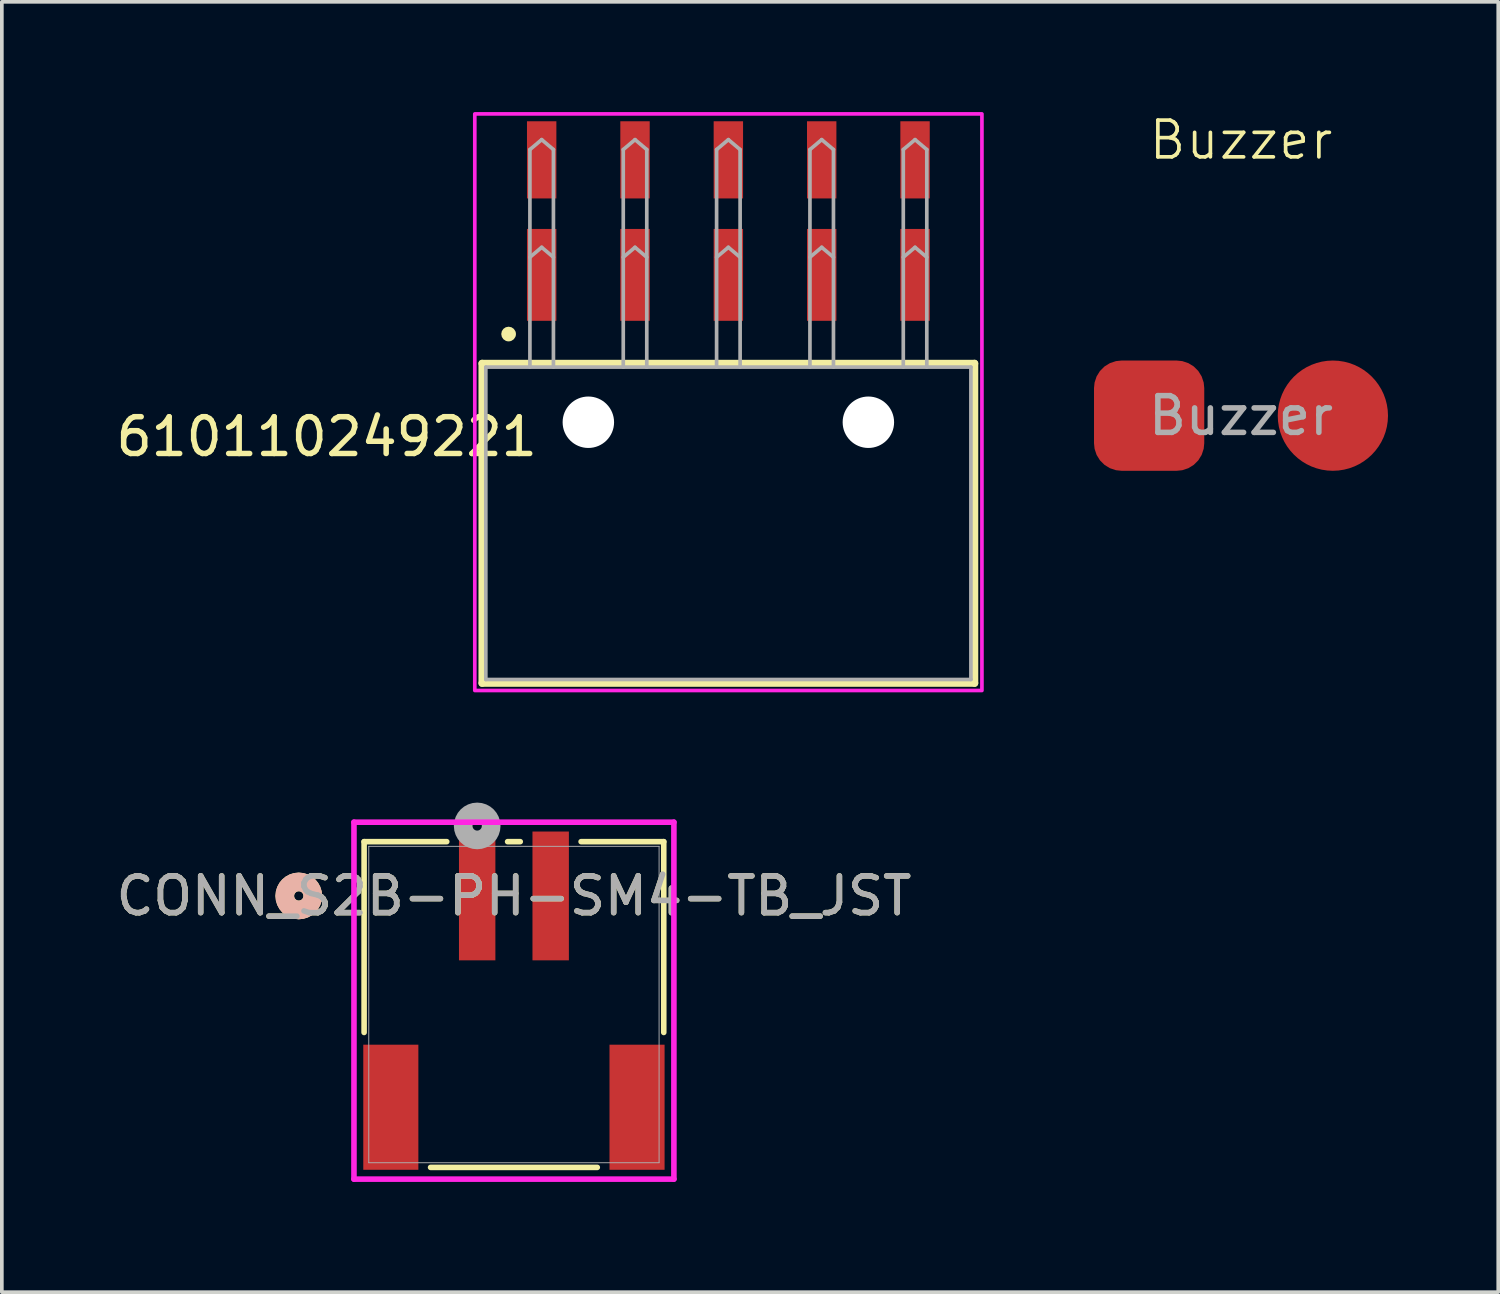
<source format=kicad_pcb>
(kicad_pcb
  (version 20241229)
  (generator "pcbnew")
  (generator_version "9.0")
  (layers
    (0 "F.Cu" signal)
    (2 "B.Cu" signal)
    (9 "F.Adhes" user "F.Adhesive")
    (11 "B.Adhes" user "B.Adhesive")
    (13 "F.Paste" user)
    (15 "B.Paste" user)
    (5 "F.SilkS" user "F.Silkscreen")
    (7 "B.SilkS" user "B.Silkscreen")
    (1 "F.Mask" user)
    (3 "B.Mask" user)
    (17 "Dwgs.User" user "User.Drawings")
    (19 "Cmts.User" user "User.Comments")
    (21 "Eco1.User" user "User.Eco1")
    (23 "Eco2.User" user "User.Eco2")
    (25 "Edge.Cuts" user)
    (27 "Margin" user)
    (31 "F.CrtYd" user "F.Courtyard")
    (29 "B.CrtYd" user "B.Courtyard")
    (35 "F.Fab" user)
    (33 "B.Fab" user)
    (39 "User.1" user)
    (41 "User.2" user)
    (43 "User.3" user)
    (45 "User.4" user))
  (footprint "610110249221"
    (layer "F.Cu")
    (at 16.77 11.19)
    (property "Reference" "610110249221" (at -10.931 -2.355 0) (layer "F.SilkS") (effects (font (size 1 1) (thickness 0.15))))
    (attr smd)
    (fp_line (start -6.7 -4.35) (end 6.7 -4.35) (stroke (width 0.2) (type solid)) (layer "F.SilkS"))
    (fp_line (start -6.7 4.35) (end -6.7 -4.35) (stroke (width 0.2) (type solid)) (layer "F.SilkS"))
    (fp_line (start 6.7 -4.35) (end 6.7 4.35) (stroke (width 0.2) (type solid)) (layer "F.SilkS"))
    (fp_line (start 6.7 4.35) (end -6.7 4.35) (stroke (width 0.2) (type solid)) (layer "F.SilkS"))
    (fp_circle (center -5.98 -5.15) (end -5.88 -5.15) (stroke (width 0.2) (type solid)) (fill no) (layer "F.SilkS"))
    (fp_poly (pts (xy -6.9 4.55) (xy 6.9 4.55) (xy 6.9 -11.14) (xy -6.9 -11.14)) (stroke (width 0.1) (type solid)) (fill no) (layer "F.CrtYd"))
    (fp_line (start -6.6 -4.25) (end -6.6 4.25) (stroke (width 0.1) (type solid)) (layer "F.Fab"))
    (fp_line (start -5.4 -10.17) (end -5.4 -4.25) (stroke (width 0.1) (type solid)) (layer "F.Fab"))
    (fp_line (start -5.4 -10.17) (end -5.08 -10.44) (stroke (width 0.1) (type solid)) (layer "F.Fab"))
    (fp_line (start -5.4 -7.24) (end -5.08 -7.51) (stroke (width 0.1) (type solid)) (layer "F.Fab"))
    (fp_line (start -5.08 -10.44) (end -4.76 -10.17) (stroke (width 0.1) (type solid)) (layer "F.Fab"))
    (fp_line (start -5.08 -7.51) (end -4.76 -7.24) (stroke (width 0.1) (type solid)) (layer "F.Fab"))
    (fp_line (start -4.76 -10.17) (end -4.76 -4.25) (stroke (width 0.1) (type solid)) (layer "F.Fab"))
    (fp_line (start -2.86 -10.17) (end -2.86 -4.25) (stroke (width 0.1) (type solid)) (layer "F.Fab"))
    (fp_line (start -2.86 -10.17) (end -2.54 -10.44) (stroke (width 0.1) (type solid)) (layer "F.Fab"))
    (fp_line (start -2.86 -7.24) (end -2.54 -7.51) (stroke (width 0.1) (type solid)) (layer "F.Fab"))
    (fp_line (start -2.86 -4.25) (end -6.6 -4.25) (stroke (width 0.1) (type solid)) (layer "F.Fab"))
    (fp_line (start -2.54 -10.44) (end -2.22 -10.17) (stroke (width 0.1) (type solid)) (layer "F.Fab"))
    (fp_line (start -2.54 -7.51) (end -2.22 -7.24) (stroke (width 0.1) (type solid)) (layer "F.Fab"))
    (fp_line (start -2.22 -10.17) (end -2.22 -4.25) (stroke (width 0.1) (type solid)) (layer "F.Fab"))
    (fp_line (start -2.22 -4.25) (end -2.86 -4.25) (stroke (width 0.1) (type solid)) (layer "F.Fab"))
    (fp_line (start -0.32 -10.17) (end -0.32 -4.25) (stroke (width 0.1) (type solid)) (layer "F.Fab"))
    (fp_line (start -0.32 -10.17) (end 0 -10.44) (stroke (width 0.1) (type solid)) (layer "F.Fab"))
    (fp_line (start -0.32 -7.24) (end 0 -7.51) (stroke (width 0.1) (type solid)) (layer "F.Fab"))
    (fp_line (start 0 -10.44) (end 0.32 -10.17) (stroke (width 0.1) (type solid)) (layer "F.Fab"))
    (fp_line (start 0 -7.51) (end 0.32 -7.24) (stroke (width 0.1) (type solid)) (layer "F.Fab"))
    (fp_line (start 0.32 -10.17) (end 0.32 -4.25) (stroke (width 0.1) (type solid)) (layer "F.Fab"))
    (fp_line (start 2.22 -10.17) (end 2.22 -4.25) (stroke (width 0.1) (type solid)) (layer "F.Fab"))
    (fp_line (start 2.22 -10.17) (end 2.54 -10.44) (stroke (width 0.1) (type solid)) (layer "F.Fab"))
    (fp_line (start 2.22 -7.24) (end 2.54 -7.51) (stroke (width 0.1) (type solid)) (layer "F.Fab"))
    (fp_line (start 2.54 -10.44) (end 2.86 -10.17) (stroke (width 0.1) (type solid)) (layer "F.Fab"))
    (fp_line (start 2.54 -7.51) (end 2.86 -7.24) (stroke (width 0.1) (type solid)) (layer "F.Fab"))
    (fp_line (start 2.86 -10.17) (end 2.86 -4.25) (stroke (width 0.1) (type solid)) (layer "F.Fab"))
    (fp_line (start 4.76 -10.17) (end 4.76 -4.25) (stroke (width 0.1) (type solid)) (layer "F.Fab"))
    (fp_line (start 4.76 -10.17) (end 5.08 -10.44) (stroke (width 0.1) (type solid)) (layer "F.Fab"))
    (fp_line (start 4.76 -7.24) (end 5.08 -7.51) (stroke (width 0.1) (type solid)) (layer "F.Fab"))
    (fp_line (start 5.08 -10.44) (end 5.4 -10.17) (stroke (width 0.1) (type solid)) (layer "F.Fab"))
    (fp_line (start 5.08 -7.51) (end 5.4 -7.24) (stroke (width 0.1) (type solid)) (layer "F.Fab"))
    (fp_line (start 5.4 -10.17) (end 5.4 -4.25) (stroke (width 0.1) (type solid)) (layer "F.Fab"))
    (fp_line (start 6.6 -4.25) (end -2.22 -4.25) (stroke (width 0.1) (type solid)) (layer "F.Fab"))
    (fp_line (start 6.6 -4.25) (end 6.6 4.25) (stroke (width 0.1) (type solid)) (layer "F.Fab"))
    (fp_line (start 6.6 4.25) (end -6.6 4.25) (stroke (width 0.1) (type solid)) (layer "F.Fab"))
    (pad "" np_thru_hole circle (at -3.81 -2.75) (size 1.4 1.4) (drill 1.4) (layers "*.Cu" "*.Mask"))
    (pad "" np_thru_hole circle (at 3.81 -2.75) (size 1.4 1.4) (drill 1.4) (layers "*.Cu" "*.Mask"))
    (pad "1" smd rect (at -5.08 -6.76) (size 0.8 2.5) (layers "F.Cu" "F.Mask" "F.Paste"))
    (pad "2" smd rect (at -5.08 -9.89) (size 0.8 2.1) (layers "F.Cu" "F.Mask" "F.Paste"))
    (pad "3" smd rect (at -2.54 -6.76) (size 0.8 2.5) (layers "F.Cu" "F.Mask" "F.Paste"))
    (pad "4" smd rect (at -2.54 -9.89) (size 0.8 2.1) (layers "F.Cu" "F.Mask" "F.Paste"))
    (pad "5" smd rect (at 0 -6.76) (size 0.8 2.5) (layers "F.Cu" "F.Mask" "F.Paste"))
    (pad "6" smd rect (at 0 -9.89) (size 0.8 2.1) (layers "F.Cu" "F.Mask" "F.Paste"))
    (pad "7" smd rect (at 2.54 -6.76) (size 0.8 2.5) (layers "F.Cu" "F.Mask" "F.Paste"))
    (pad "8" smd rect (at 2.54 -9.89) (size 0.8 2.1) (layers "F.Cu" "F.Mask" "F.Paste"))
    (pad "9" smd rect (at 5.08 -6.76) (size 0.8 2.5) (layers "F.Cu" "F.Mask" "F.Paste"))
    (pad "10" smd rect (at 5.08 -9.89) (size 0.8 2.1) (layers "F.Cu" "F.Mask" "F.Paste")))
  (footprint "CONN_S2B-PH-SM4-TB_JST"
    (layer "F.Cu")
    (at 10.935 24.285)
    (property "Reference" "CONN_S2B-PH-SM4-TB_JST" (at 0 -2.955 0) (unlocked yes) (layer "F.SilkS") (effects (font (size 1 1) (thickness 0.15))))
    (attr smd)
    (fp_line (start -4.077 -4.432) (end -4.077 0.76) (stroke (width 0.152) (type solid)) (layer "F.SilkS"))
    (fp_line (start -2.268 4.432) (end 2.268 4.432) (stroke (width 0.152) (type solid)) (layer "F.SilkS"))
    (fp_line (start -1.828 -4.432) (end -4.077 -4.432) (stroke (width 0.152) (type solid)) (layer "F.SilkS"))
    (fp_line (start 0.172 -4.432) (end -0.172 -4.432) (stroke (width 0.152) (type solid)) (layer "F.SilkS"))
    (fp_line (start 4.077 -4.432) (end 1.828 -4.432) (stroke (width 0.152) (type solid)) (layer "F.SilkS"))
    (fp_line (start 4.077 0.76) (end 4.077 -4.432) (stroke (width 0.152) (type solid)) (layer "F.SilkS"))
    (fp_circle (center -5.855 -2.955) (end -5.474 -2.955) (stroke (width 0.508) (type solid)) (fill no) (layer "F.SilkS"))
    (fp_circle (center -5.855 -2.955) (end -5.474 -2.955) (stroke (width 0.508) (type solid)) (fill no) (layer "B.SilkS"))
    (fp_line (start -4.353 -4.962) (end -4.353 4.751) (stroke (width 0.152) (type solid)) (layer "F.CrtYd"))
    (fp_line (start -4.353 4.751) (end 4.353 4.751) (stroke (width 0.152) (type solid)) (layer "F.CrtYd"))
    (fp_line (start 4.353 -4.962) (end -4.353 -4.962) (stroke (width 0.152) (type solid)) (layer "F.CrtYd"))
    (fp_line (start 4.353 4.751) (end 4.353 -4.962) (stroke (width 0.152) (type solid)) (layer "F.CrtYd"))
    (fp_line (start -3.95 -4.305) (end -3.95 4.305) (stroke (width 0.025) (type solid)) (layer "F.Fab"))
    (fp_line (start -3.95 4.305) (end 3.95 4.305) (stroke (width 0.025) (type solid)) (layer "F.Fab"))
    (fp_line (start 3.95 -4.305) (end -3.95 -4.305) (stroke (width 0.025) (type solid)) (layer "F.Fab"))
    (fp_line (start 3.95 4.305) (end 3.95 -4.305) (stroke (width 0.025) (type solid)) (layer "F.Fab"))
    (fp_circle (center -1 -4.86) (end -0.619 -4.86) (stroke (width 0.508) (type solid)) (fill no) (layer "F.Fab"))
    (fp_text user "${REFERENCE}" (at 0 -2.955 0) (unlocked yes) (layer "F.Fab") (effects (font (size 1 1) (thickness 0.15))))
    (pad "1" smd rect (at -1 -2.955) (size 0.991 3.505) (layers "F.Cu" "F.Mask" "F.Paste"))
    (pad "2" smd rect (at 1 -2.955) (size 0.991 3.505) (layers "F.Cu" "F.Mask" "F.Paste"))
    (pad "3" smd rect (at -3.35 2.795) (size 1.499 3.404) (layers "F.Cu" "F.Mask" "F.Paste"))
    (pad "4" smd rect (at 3.35 2.795) (size 1.499 3.404) (layers "F.Cu" "F.Mask" "F.Paste")))
  (footprint "Buzzer"
    (layer "F.Cu")
    (at 30.72 8.261)
    (property "Reference" "Buzzer" (at 0 -7.5 0) (unlocked yes) (layer "F.SilkS") (effects (font (size 1 1) (thickness 0.1))))
    (attr smd)
    (fp_text user "${REFERENCE}" (at 0 0 0) (unlocked yes) (layer "F.Fab") (effects (font (size 1 1) (thickness 0.15))))
    (pad "1" smd roundrect (at -2.5 0) (size 3 3) (layers "F.Cu" "F.Mask") (roundrect_rratio 0.25))
    (pad "2" smd circle (at 2.5 0) (size 3 3) (layers "F.Cu" "F.Mask")))
  (gr_rect
    (start -3 -3)
    (end 37.72 32.112)
    (stroke (width 0.1) (type default))
    (fill no)
    (layer "Edge.Cuts")))
</source>
